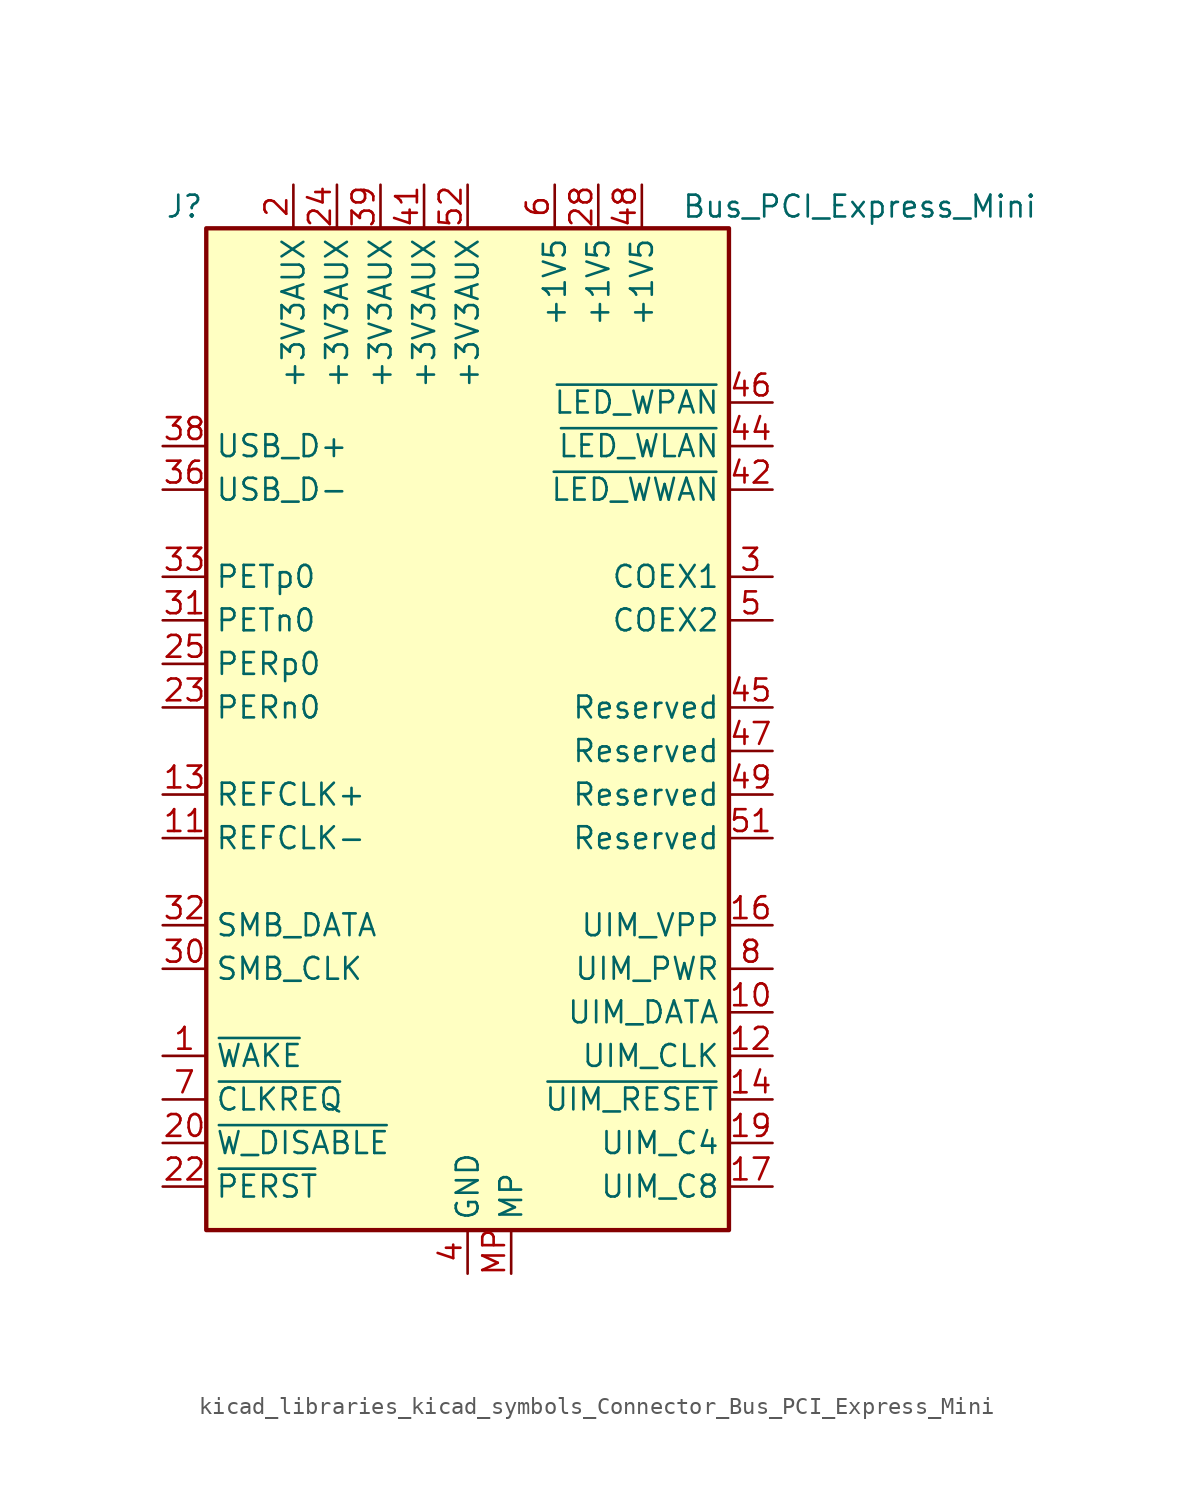
<source format=kicad_sym>
(kicad_symbol_lib
  (version 20220914)
  (generator kicad_symbol_editor)
  (symbol "kicad_libraries_kicad_symbols_Connector_Bus_PCI_Express_Mini"
    (property "Reference" "J"
      (at -16.51 31.75 0)
      (effects (font (size 1.27 1.27))))
    (property "Value" "Bus_PCI_Express_Mini"
      (at 22.86 31.75 0)
      (effects (font (size 1.27 1.27))))
    (symbol "kicad_libraries_kicad_symbols_Connector_Bus_PCI_Express_Mini_0_1"
      (rectangle (start -15.24 30.48) (end 15.24 -27.94) (stroke (width 0.254) (type default)) (fill (type background))))
    (symbol "kicad_libraries_kicad_symbols_Connector_Bus_PCI_Express_Mini_1_1"
      (pin open_collector line (at -17.78 -17.78 0) (length 2.54) (name "~{WAKE}" (effects (font (size 1.27 1.27)))) (number "1" (effects (font (size 1.27 1.27)))))
      (pin bidirectional line (at 17.78 -15.24 180) (length 2.54) (name "UIM_DATA" (effects (font (size 1.27 1.27)))) (number "10" (effects (font (size 1.27 1.27)))))
      (pin input line (at -17.78 -5.08 0) (length 2.54) (name "REFCLK-" (effects (font (size 1.27 1.27)))) (number "11" (effects (font (size 1.27 1.27)))))
      (pin output line (at 17.78 -17.78 180) (length 2.54) (name "UIM_CLK" (effects (font (size 1.27 1.27)))) (number "12" (effects (font (size 1.27 1.27)))))
      (pin input line (at -17.78 -2.54 0) (length 2.54) (name "REFCLK+" (effects (font (size 1.27 1.27)))) (number "13" (effects (font (size 1.27 1.27)))))
      (pin output line (at 17.78 -20.32 180) (length 2.54) (name "~{UIM_RESET}" (effects (font (size 1.27 1.27)))) (number "14" (effects (font (size 1.27 1.27)))))
      (pin passive line (at 0 -30.48 90) (length 2.54) hide (name "GND" (effects (font (size 1.27 1.27)))) (number "15" (effects (font (size 1.27 1.27)))))
      (pin power_out line (at 17.78 -10.16 180) (length 2.54) (name "UIM_VPP" (effects (font (size 1.27 1.27)))) (number "16" (effects (font (size 1.27 1.27)))))
      (pin passive line (at 17.78 -25.4 180) (length 2.54) (name "UIM_C8" (effects (font (size 1.27 1.27)))) (number "17" (effects (font (size 1.27 1.27)))))
      (pin passive line (at 0 -30.48 90) (length 2.54) hide (name "GND" (effects (font (size 1.27 1.27)))) (number "18" (effects (font (size 1.27 1.27)))))
      (pin passive line (at 17.78 -22.86 180) (length 2.54) (name "UIM_C4" (effects (font (size 1.27 1.27)))) (number "19" (effects (font (size 1.27 1.27)))))
      (pin power_in line (at -10.16 33.02 270) (length 2.54) (name "+3V3AUX" (effects (font (size 1.27 1.27)))) (number "2" (effects (font (size 1.27 1.27)))))
      (pin input line (at -17.78 -22.86 0) (length 2.54) (name "~{W_DISABLE}" (effects (font (size 1.27 1.27)))) (number "20" (effects (font (size 1.27 1.27)))))
      (pin passive line (at 0 -30.48 90) (length 2.54) hide (name "GND" (effects (font (size 1.27 1.27)))) (number "21" (effects (font (size 1.27 1.27)))))
      (pin input line (at -17.78 -25.4 0) (length 2.54) (name "~{PERST}" (effects (font (size 1.27 1.27)))) (number "22" (effects (font (size 1.27 1.27)))))
      (pin output line (at -17.78 2.54 0) (length 2.54) (name "PERn0" (effects (font (size 1.27 1.27)))) (number "23" (effects (font (size 1.27 1.27)))))
      (pin power_in line (at -7.62 33.02 270) (length 2.54) (name "+3V3AUX" (effects (font (size 1.27 1.27)))) (number "24" (effects (font (size 1.27 1.27)))))
      (pin output line (at -17.78 5.08 0) (length 2.54) (name "PERp0" (effects (font (size 1.27 1.27)))) (number "25" (effects (font (size 1.27 1.27)))))
      (pin passive line (at 0 -30.48 90) (length 2.54) hide (name "GND" (effects (font (size 1.27 1.27)))) (number "26" (effects (font (size 1.27 1.27)))))
      (pin passive line (at 0 -30.48 90) (length 2.54) hide (name "GND" (effects (font (size 1.27 1.27)))) (number "27" (effects (font (size 1.27 1.27)))))
      (pin power_in line (at 7.62 33.02 270) (length 2.54) (name "+1V5" (effects (font (size 1.27 1.27)))) (number "28" (effects (font (size 1.27 1.27)))))
      (pin passive line (at 0 -30.48 90) (length 2.54) hide (name "GND" (effects (font (size 1.27 1.27)))) (number "29" (effects (font (size 1.27 1.27)))))
      (pin passive line (at 17.78 10.16 180) (length 2.54) (name "COEX1" (effects (font (size 1.27 1.27)))) (number "3" (effects (font (size 1.27 1.27)))))
      (pin input line (at -17.78 -12.7 0) (length 2.54) (name "SMB_CLK" (effects (font (size 1.27 1.27)))) (number "30" (effects (font (size 1.27 1.27)))))
      (pin input line (at -17.78 7.62 0) (length 2.54) (name "PETn0" (effects (font (size 1.27 1.27)))) (number "31" (effects (font (size 1.27 1.27)))))
      (pin bidirectional line (at -17.78 -10.16 0) (length 2.54) (name "SMB_DATA" (effects (font (size 1.27 1.27)))) (number "32" (effects (font (size 1.27 1.27)))))
      (pin input line (at -17.78 10.16 0) (length 2.54) (name "PETp0" (effects (font (size 1.27 1.27)))) (number "33" (effects (font (size 1.27 1.27)))))
      (pin passive line (at 0 -30.48 90) (length 2.54) hide (name "GND" (effects (font (size 1.27 1.27)))) (number "34" (effects (font (size 1.27 1.27)))))
      (pin passive line (at 0 -30.48 90) (length 2.54) hide (name "GND" (effects (font (size 1.27 1.27)))) (number "35" (effects (font (size 1.27 1.27)))))
      (pin bidirectional line (at -17.78 15.24 0) (length 2.54) (name "USB_D-" (effects (font (size 1.27 1.27)))) (number "36" (effects (font (size 1.27 1.27)))))
      (pin passive line (at 0 -30.48 90) (length 2.54) hide (name "GND" (effects (font (size 1.27 1.27)))) (number "37" (effects (font (size 1.27 1.27)))))
      (pin bidirectional line (at -17.78 17.78 0) (length 2.54) (name "USB_D+" (effects (font (size 1.27 1.27)))) (number "38" (effects (font (size 1.27 1.27)))))
      (pin power_in line (at -5.08 33.02 270) (length 2.54) (name "+3V3AUX" (effects (font (size 1.27 1.27)))) (number "39" (effects (font (size 1.27 1.27)))))
      (pin power_in line (at 0 -30.48 90) (length 2.54) (name "GND" (effects (font (size 1.27 1.27)))) (number "4" (effects (font (size 1.27 1.27)))))
      (pin passive line (at 0 -30.48 90) (length 2.54) hide (name "GND" (effects (font (size 1.27 1.27)))) (number "40" (effects (font (size 1.27 1.27)))))
      (pin power_in line (at -2.54 33.02 270) (length 2.54) (name "+3V3AUX" (effects (font (size 1.27 1.27)))) (number "41" (effects (font (size 1.27 1.27)))))
      (pin open_collector line (at 17.78 15.24 180) (length 2.54) (name "~{LED_WWAN}" (effects (font (size 1.27 1.27)))) (number "42" (effects (font (size 1.27 1.27)))))
      (pin passive line (at 0 -30.48 90) (length 2.54) hide (name "GND" (effects (font (size 1.27 1.27)))) (number "43" (effects (font (size 1.27 1.27)))))
      (pin open_collector line (at 17.78 17.78 180) (length 2.54) (name "~{LED_WLAN}" (effects (font (size 1.27 1.27)))) (number "44" (effects (font (size 1.27 1.27)))))
      (pin passive line (at 17.78 2.54 180) (length 2.54) (name "Reserved" (effects (font (size 1.27 1.27)))) (number "45" (effects (font (size 1.27 1.27)))))
      (pin open_collector line (at 17.78 20.32 180) (length 2.54) (name "~{LED_WPAN}" (effects (font (size 1.27 1.27)))) (number "46" (effects (font (size 1.27 1.27)))))
      (pin passive line (at 17.78 0 180) (length 2.54) (name "Reserved" (effects (font (size 1.27 1.27)))) (number "47" (effects (font (size 1.27 1.27)))))
      (pin power_in line (at 10.16 33.02 270) (length 2.54) (name "+1V5" (effects (font (size 1.27 1.27)))) (number "48" (effects (font (size 1.27 1.27)))))
      (pin passive line (at 17.78 -2.54 180) (length 2.54) (name "Reserved" (effects (font (size 1.27 1.27)))) (number "49" (effects (font (size 1.27 1.27)))))
      (pin passive line (at 17.78 7.62 180) (length 2.54) (name "COEX2" (effects (font (size 1.27 1.27)))) (number "5" (effects (font (size 1.27 1.27)))))
      (pin passive line (at 0 -30.48 90) (length 2.54) hide (name "GND" (effects (font (size 1.27 1.27)))) (number "50" (effects (font (size 1.27 1.27)))))
      (pin passive line (at 17.78 -5.08 180) (length 2.54) (name "Reserved" (effects (font (size 1.27 1.27)))) (number "51" (effects (font (size 1.27 1.27)))))
      (pin power_in line (at 0 33.02 270) (length 2.54) (name "+3V3AUX" (effects (font (size 1.27 1.27)))) (number "52" (effects (font (size 1.27 1.27)))))
      (pin power_in line (at 5.08 33.02 270) (length 2.54) (name "+1V5" (effects (font (size 1.27 1.27)))) (number "6" (effects (font (size 1.27 1.27)))))
      (pin open_collector line (at -17.78 -20.32 0) (length 2.54) (name "~{CLKREQ}" (effects (font (size 1.27 1.27)))) (number "7" (effects (font (size 1.27 1.27)))))
      (pin power_out line (at 17.78 -12.7 180) (length 2.54) (name "UIM_PWR" (effects (font (size 1.27 1.27)))) (number "8" (effects (font (size 1.27 1.27)))))
      (pin passive line (at 0 -30.48 90) (length 2.54) hide (name "GND" (effects (font (size 1.27 1.27)))) (number "9" (effects (font (size 1.27 1.27)))))
      (pin passive line (at 2.54 -30.48 90) (length 2.54) (name "MP" (effects (font (size 1.27 1.27)))) (number "MP" (effects (font (size 1.27 1.27))))))))
</source>
